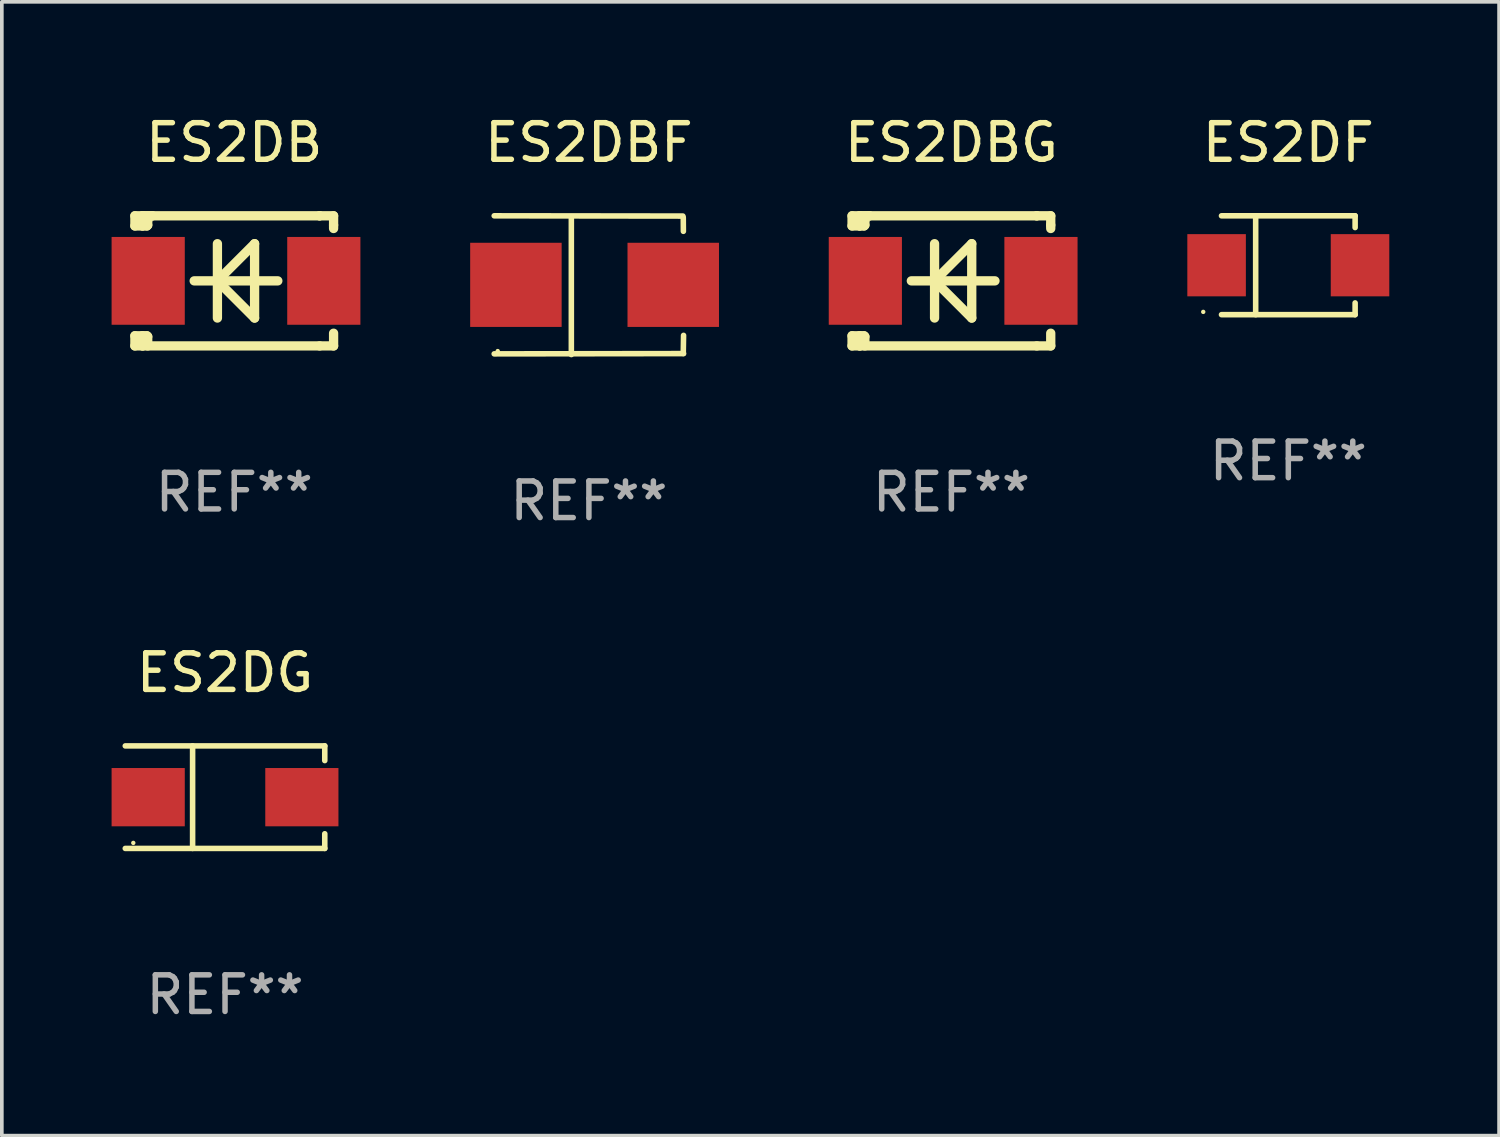
<source format=kicad_pcb>
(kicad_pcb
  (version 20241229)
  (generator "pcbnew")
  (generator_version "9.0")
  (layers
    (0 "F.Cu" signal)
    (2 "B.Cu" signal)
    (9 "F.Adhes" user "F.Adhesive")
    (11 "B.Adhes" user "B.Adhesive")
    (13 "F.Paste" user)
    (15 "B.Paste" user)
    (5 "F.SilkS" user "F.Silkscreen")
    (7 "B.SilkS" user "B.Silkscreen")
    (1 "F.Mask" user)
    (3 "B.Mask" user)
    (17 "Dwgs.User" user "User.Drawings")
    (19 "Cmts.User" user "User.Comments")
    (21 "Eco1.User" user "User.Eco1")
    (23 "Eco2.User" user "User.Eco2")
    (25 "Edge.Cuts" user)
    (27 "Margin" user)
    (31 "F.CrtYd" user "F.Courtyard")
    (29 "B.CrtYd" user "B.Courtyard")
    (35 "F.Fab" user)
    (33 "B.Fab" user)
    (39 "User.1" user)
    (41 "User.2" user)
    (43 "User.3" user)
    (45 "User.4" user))
  (footprint "ES2DBG"
    (layer "F.Cu")
    (at 22.952 4.626)
    (property "Reference" "ES2DBG" (at 0 -3.778 0) (layer "F.SilkS") (effects (font (size 1 1) (thickness 0.15))))
    (attr through_hole)
    (fp_line (start -2.715 -1.778) (end -2.715 -1.501) (stroke (width 0.254) (type solid)) (layer "F.SilkS"))
    (fp_line (start -2.715 -1.501) (end -2.505 -1.501) (stroke (width 0.254) (type solid)) (layer "F.SilkS"))
    (fp_line (start -2.715 1.501) (end -2.715 1.778) (stroke (width 0.254) (type solid)) (layer "F.SilkS"))
    (fp_line (start -2.715 1.501) (end -2.505 1.501) (stroke (width 0.254) (type solid)) (layer "F.SilkS"))
    (fp_line (start -2.715 1.778) (end -2.504 1.778) (stroke (width 0.254) (type solid)) (layer "F.SilkS"))
    (fp_line (start -2.505 -1.778) (end -2.715 -1.778) (stroke (width 0.254) (type solid)) (layer "F.SilkS"))
    (fp_line (start -2.505 -1.778) (end -2.238 -1.778) (stroke (width 0.254) (type solid)) (layer "F.SilkS"))
    (fp_line (start -2.505 -1.501) (end -2.505 -1.651) (stroke (width 0.254) (type solid)) (layer "F.SilkS"))
    (fp_line (start -2.505 -1.501) (end -2.388 -1.501) (stroke (width 0.254) (type solid)) (layer "F.SilkS"))
    (fp_line (start -2.505 1.501) (end -2.505 1.778) (stroke (width 0.254) (type solid)) (layer "F.SilkS"))
    (fp_line (start -2.505 1.501) (end -2.388 1.501) (stroke (width 0.254) (type solid)) (layer "F.SilkS"))
    (fp_line (start -2.388 1.501) (end -2.365 1.524) (stroke (width 0.254) (type solid)) (layer "F.SilkS"))
    (fp_line (start -2.388 -1.501) (end -2.365 -1.524) (stroke (width 0.254) (type solid)) (layer "F.SilkS"))
    (fp_line (start -2.365 -1.651) (end -2.505 -1.778) (stroke (width 0.254) (type solid)) (layer "F.SilkS"))
    (fp_line (start -2.365 -1.524) (end -2.365 -1.651) (stroke (width 0.254) (type solid)) (layer "F.SilkS"))
    (fp_line (start -2.365 1.524) (end -2.365 1.778) (stroke (width 0.254) (type solid)) (layer "F.SilkS"))
    (fp_line (start -2.239 -1.778) (end 2.333 -1.778) (stroke (width 0.254) (type solid)) (layer "F.SilkS"))
    (fp_line (start -2.238 -1.778) (end -2.505 -1.778) (stroke (width 0.254) (type solid)) (layer "F.SilkS"))
    (fp_line (start -1.095 0) (end 1.191 0) (stroke (width 0.254) (type solid)) (layer "F.SilkS"))
    (fp_line (start -0.46 -1.016) (end -0.46 1.016) (stroke (width 0.254) (type solid)) (layer "F.SilkS"))
    (fp_line (start -0.46 -0.000127) (end 0.556 1.016) (stroke (width 0.254) (type solid)) (layer "F.SilkS"))
    (fp_line (start 0.556 -1.016) (end 0.556 1.016) (stroke (width 0.254) (type solid)) (layer "F.SilkS"))
    (fp_line (start 0.556 -1.016) (end -0.46 -0.000127) (stroke (width 0.254) (type solid)) (layer "F.SilkS"))
    (fp_line (start 2.333 -1.778) (end 2.333 -1.778) (stroke (width 0.254) (type solid)) (layer "F.SilkS"))
    (fp_line (start 2.333 -1.778) (end 2.715 -1.778) (stroke (width 0.254) (type solid)) (layer "F.SilkS"))
    (fp_line (start 2.334 1.778) (end -2.504 1.778) (stroke (width 0.254) (type solid)) (layer "F.SilkS"))
    (fp_line (start 2.715 -1.778) (end 2.715 -1.524) (stroke (width 0.254) (type solid)) (layer "F.SilkS"))
    (fp_line (start 2.715 -1.524) (end 2.715 -1.431) (stroke (width 0.254) (type solid)) (layer "F.SilkS"))
    (fp_line (start 2.715 1.431) (end 2.715 1.778) (stroke (width 0.254) (type solid)) (layer "F.SilkS"))
    (fp_line (start 2.715 1.778) (end 2.334 1.778) (stroke (width 0.254) (type solid)) (layer "F.SilkS"))
    (fp_circle (center -2.602 1.8) (end -2.572 1.8) (stroke (width 0.06) (type solid)) (fill no) (layer "F.SilkS"))
    (fp_text user "REF**" (at 0 5.778 0) (layer "F.Fab") (effects (font (size 1 1) (thickness 0.15))))
    (pad "1" smd rect (at -2.352 -0.000076) (size 2 2.4) (layers "F.Cu" "F.Mask" "F.Paste"))
    (pad "2" smd rect (at 2.448 -0.000076) (size 2 2.4) (layers "F.Cu" "F.Mask" "F.Paste")))
  (footprint "ES2DBF"
    (layer "F.Cu")
    (at 13.045 4.744)
    (property "Reference" "ES2DBF" (at 0 -3.896 0) (layer "F.SilkS") (effects (font (size 1 1) (thickness 0.15))))
    (attr through_hole)
    (fp_line (start -2.588 -1.896) (end 2.568 -1.889) (stroke (width 0.152) (type solid)) (layer "F.SilkS"))
    (fp_line (start -2.588 1.877) (end 2.588 1.87) (stroke (width 0.152) (type solid)) (layer "F.SilkS"))
    (fp_line (start -0.48 1.896) (end -0.48 -1.871) (stroke (width 0.152) (type solid)) (layer "F.SilkS"))
    (fp_line (start 2.579 -1.849) (end 2.582 -1.472) (stroke (width 0.152) (type solid)) (layer "F.SilkS"))
    (fp_line (start 2.579 1.867) (end 2.587 1.372) (stroke (width 0.152) (type solid)) (layer "F.SilkS"))
    (fp_circle (center -2.492 1.801) (end -2.462 1.801) (stroke (width 0.06) (type solid)) (fill no) (layer "F.SilkS"))
    (fp_text user "REF**" (at 0 5.896 0) (layer "F.Fab") (effects (font (size 1 1) (thickness 0.15))))
    (pad "1" smd rect (at -1.995 -0.009) (size 2.5 2.3) (layers "F.Cu" "F.Mask" "F.Paste"))
    (pad "2" smd rect (at 2.305 -0.009) (size 2.5 2.3) (layers "F.Cu" "F.Mask" "F.Paste")))
  (footprint "ES2DB"
    (layer "F.Cu")
    (at 3.352 4.626)
    (property "Reference" "ES2DB" (at 0 -3.778 0) (layer "F.SilkS") (effects (font (size 1 1) (thickness 0.15))))
    (attr through_hole)
    (fp_line (start -2.715 -1.778) (end -2.715 -1.501) (stroke (width 0.254) (type solid)) (layer "F.SilkS"))
    (fp_line (start -2.715 -1.501) (end -2.505 -1.501) (stroke (width 0.254) (type solid)) (layer "F.SilkS"))
    (fp_line (start -2.715 1.501) (end -2.715 1.778) (stroke (width 0.254) (type solid)) (layer "F.SilkS"))
    (fp_line (start -2.715 1.501) (end -2.505 1.501) (stroke (width 0.254) (type solid)) (layer "F.SilkS"))
    (fp_line (start -2.715 1.778) (end -2.504 1.778) (stroke (width 0.254) (type solid)) (layer "F.SilkS"))
    (fp_line (start -2.505 -1.778) (end -2.715 -1.778) (stroke (width 0.254) (type solid)) (layer "F.SilkS"))
    (fp_line (start -2.505 -1.778) (end -2.238 -1.778) (stroke (width 0.254) (type solid)) (layer "F.SilkS"))
    (fp_line (start -2.505 -1.501) (end -2.505 -1.651) (stroke (width 0.254) (type solid)) (layer "F.SilkS"))
    (fp_line (start -2.505 -1.501) (end -2.388 -1.501) (stroke (width 0.254) (type solid)) (layer "F.SilkS"))
    (fp_line (start -2.505 1.501) (end -2.505 1.778) (stroke (width 0.254) (type solid)) (layer "F.SilkS"))
    (fp_line (start -2.505 1.501) (end -2.388 1.501) (stroke (width 0.254) (type solid)) (layer "F.SilkS"))
    (fp_line (start -2.388 1.501) (end -2.365 1.524) (stroke (width 0.254) (type solid)) (layer "F.SilkS"))
    (fp_line (start -2.388 -1.501) (end -2.365 -1.524) (stroke (width 0.254) (type solid)) (layer "F.SilkS"))
    (fp_line (start -2.365 -1.651) (end -2.505 -1.778) (stroke (width 0.254) (type solid)) (layer "F.SilkS"))
    (fp_line (start -2.365 -1.524) (end -2.365 -1.651) (stroke (width 0.254) (type solid)) (layer "F.SilkS"))
    (fp_line (start -2.365 1.524) (end -2.365 1.778) (stroke (width 0.254) (type solid)) (layer "F.SilkS"))
    (fp_line (start -2.239 -1.778) (end 2.333 -1.778) (stroke (width 0.254) (type solid)) (layer "F.SilkS"))
    (fp_line (start -2.238 -1.778) (end -2.505 -1.778) (stroke (width 0.254) (type solid)) (layer "F.SilkS"))
    (fp_line (start -1.095 0) (end 1.191 0) (stroke (width 0.254) (type solid)) (layer "F.SilkS"))
    (fp_line (start -0.46 -1.016) (end -0.46 1.016) (stroke (width 0.254) (type solid)) (layer "F.SilkS"))
    (fp_line (start -0.46 -0.000127) (end 0.556 1.016) (stroke (width 0.254) (type solid)) (layer "F.SilkS"))
    (fp_line (start 0.556 -1.016) (end 0.556 1.016) (stroke (width 0.254) (type solid)) (layer "F.SilkS"))
    (fp_line (start 0.556 -1.016) (end -0.46 -0.000127) (stroke (width 0.254) (type solid)) (layer "F.SilkS"))
    (fp_line (start 2.333 -1.778) (end 2.333 -1.778) (stroke (width 0.254) (type solid)) (layer "F.SilkS"))
    (fp_line (start 2.333 -1.778) (end 2.715 -1.778) (stroke (width 0.254) (type solid)) (layer "F.SilkS"))
    (fp_line (start 2.334 1.778) (end -2.504 1.778) (stroke (width 0.254) (type solid)) (layer "F.SilkS"))
    (fp_line (start 2.715 -1.778) (end 2.715 -1.524) (stroke (width 0.254) (type solid)) (layer "F.SilkS"))
    (fp_line (start 2.715 -1.524) (end 2.715 -1.431) (stroke (width 0.254) (type solid)) (layer "F.SilkS"))
    (fp_line (start 2.715 1.431) (end 2.715 1.778) (stroke (width 0.254) (type solid)) (layer "F.SilkS"))
    (fp_line (start 2.715 1.778) (end 2.334 1.778) (stroke (width 0.254) (type solid)) (layer "F.SilkS"))
    (fp_circle (center -2.602 1.8) (end -2.572 1.8) (stroke (width 0.06) (type solid)) (fill no) (layer "F.SilkS"))
    (fp_text user "REF**" (at 0 5.778 0) (layer "F.Fab") (effects (font (size 1 1) (thickness 0.15))))
    (pad "1" smd rect (at -2.352 -0.000076) (size 2 2.4) (layers "F.Cu" "F.Mask" "F.Paste"))
    (pad "2" smd rect (at 2.448 -0.000076) (size 2 2.4) (layers "F.Cu" "F.Mask" "F.Paste")))
  (footprint "ES2DF"
    (layer "F.Cu")
    (at 32.16 4.199)
    (property "Reference" "ES2DF" (at 0 -3.351 0) (layer "F.SilkS") (effects (font (size 1 1) (thickness 0.15))))
    (attr through_hole)
    (fp_line (start -1.826 -1.351) (end 1.826 -1.351) (stroke (width 0.152) (type solid)) (layer "F.SilkS"))
    (fp_line (start -1.826 1.351) (end 1.826 1.351) (stroke (width 0.152) (type solid)) (layer "F.SilkS"))
    (fp_line (start -0.892 -1.351) (end -0.892 1.351) (stroke (width 0.152) (type solid)) (layer "F.SilkS"))
    (fp_line (start 1.826 -1.351) (end 1.826 -1.03) (stroke (width 0.152) (type solid)) (layer "F.SilkS"))
    (fp_line (start 1.826 1.03) (end 1.826 1.351) (stroke (width 0.152) (type solid)) (layer "F.SilkS"))
    (fp_circle (center -2.325 1.275) (end -2.295 1.275) (stroke (width 0.06) (type solid)) (fill no) (layer "F.SilkS"))
    (fp_text user "REF**" (at 0 5.351 0) (layer "F.Fab") (effects (font (size 1 1) (thickness 0.15))))
    (pad "1" smd rect (at -1.96 0 180) (size 1.6 1.7) (layers "F.Cu" "F.Mask" "F.Paste"))
    (pad "2" smd rect (at 1.96 0 180) (size 1.6 1.7) (layers "F.Cu" "F.Mask" "F.Paste")))
  (footprint "ES2DG"
    (layer "F.Cu")
    (at 3.1 18.737)
    (property "Reference" "ES2DG" (at 0 -3.401 0) (layer "F.SilkS") (effects (font (size 1 1) (thickness 0.15))))
    (attr through_hole)
    (fp_line (start -2.726 -1.401) (end 2.726 -1.401) (stroke (width 0.152) (type solid)) (layer "F.SilkS"))
    (fp_line (start -2.726 1.401) (end 2.726 1.401) (stroke (width 0.152) (type solid)) (layer "F.SilkS"))
    (fp_line (start -0.886 -1.401) (end -0.886 1.401) (stroke (width 0.152) (type solid)) (layer "F.SilkS"))
    (fp_line (start 2.726 -1.401) (end 2.726 -1) (stroke (width 0.152) (type solid)) (layer "F.SilkS"))
    (fp_line (start 2.726 1.401) (end 2.726 1) (stroke (width 0.152) (type solid)) (layer "F.SilkS"))
    (fp_circle (center -2.507 1.25) (end -2.477 1.25) (stroke (width 0.06) (type solid)) (fill no) (layer "F.SilkS"))
    (fp_text user "REF**" (at 0 5.401 0) (layer "F.Fab") (effects (font (size 1 1) (thickness 0.15))))
    (pad "1" smd rect (at -2.1 0 180) (size 2 1.593) (layers "F.Cu" "F.Mask" "F.Paste"))
    (pad "2" smd rect (at 2.1 0 180) (size 2 1.593) (layers "F.Cu" "F.Mask" "F.Paste")))
  (gr_rect
    (start -3 -3)
    (end 37.92 27.987)
    (stroke (width 0.1) (type default))
    (fill no)
    (layer "Edge.Cuts")))
</source>
